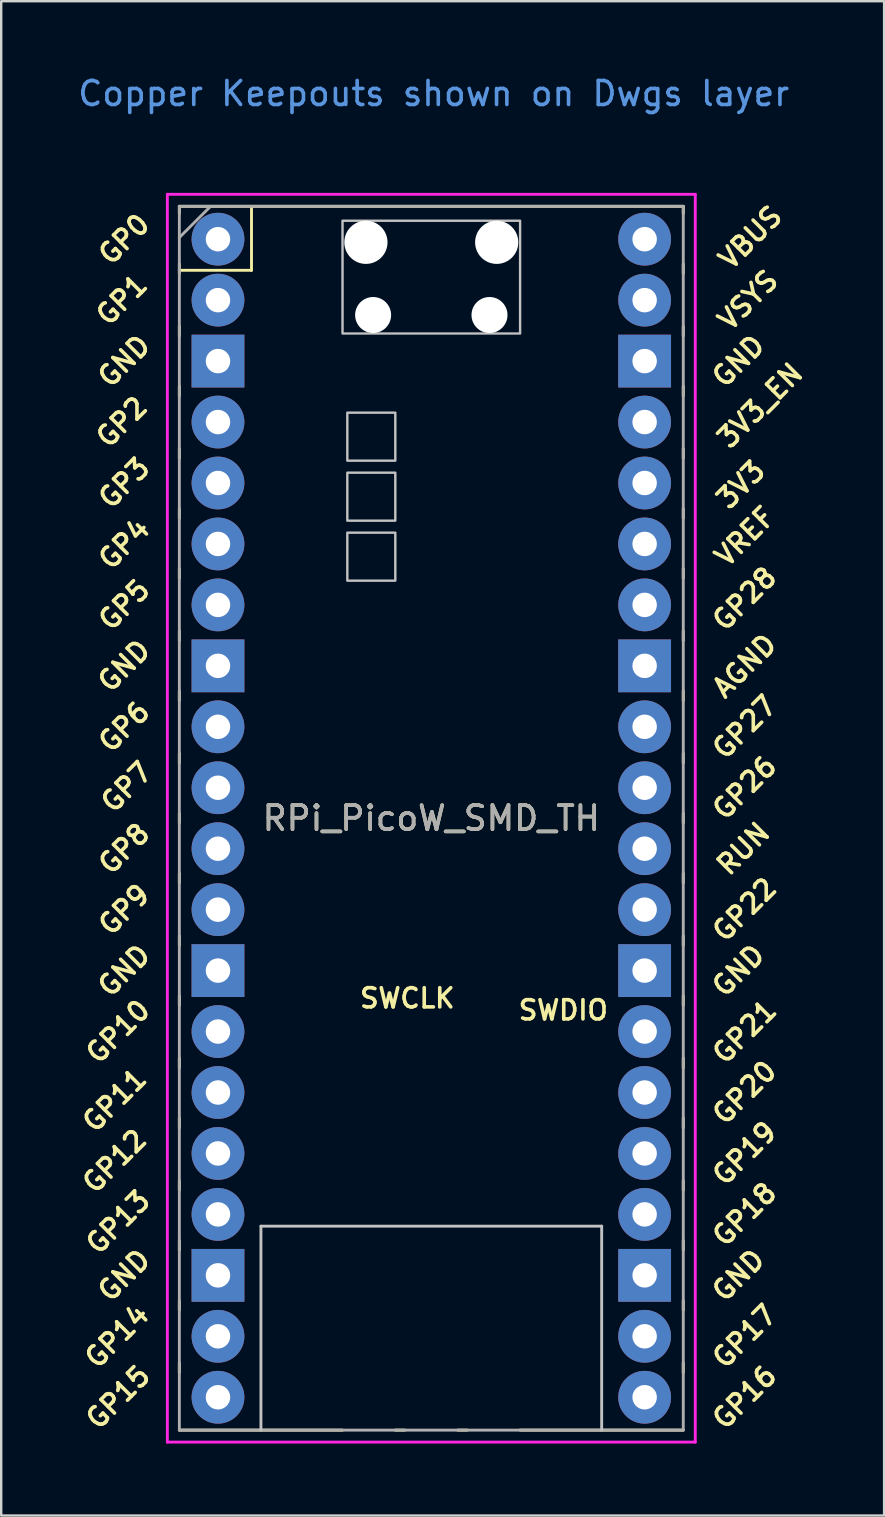
<source format=kicad_pcb>
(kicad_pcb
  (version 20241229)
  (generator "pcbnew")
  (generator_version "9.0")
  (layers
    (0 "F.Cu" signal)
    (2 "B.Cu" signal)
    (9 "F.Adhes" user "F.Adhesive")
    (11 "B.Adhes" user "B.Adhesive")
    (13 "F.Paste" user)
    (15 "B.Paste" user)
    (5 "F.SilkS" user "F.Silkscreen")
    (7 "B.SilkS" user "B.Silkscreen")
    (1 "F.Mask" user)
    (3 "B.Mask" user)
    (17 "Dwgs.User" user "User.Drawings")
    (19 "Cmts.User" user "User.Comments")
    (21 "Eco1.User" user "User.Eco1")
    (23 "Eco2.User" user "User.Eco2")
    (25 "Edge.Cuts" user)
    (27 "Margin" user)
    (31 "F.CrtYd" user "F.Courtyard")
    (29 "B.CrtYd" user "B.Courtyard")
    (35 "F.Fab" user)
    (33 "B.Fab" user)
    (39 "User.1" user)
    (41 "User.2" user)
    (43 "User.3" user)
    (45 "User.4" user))
  (footprint "RPi_PicoW_SMD_TH"
    (layer "F.Cu")
    (at 14.924 31.048)
    (property "Reference" "RPi_PicoW_SMD_TH" (at 0 0 0) (layer "F.SilkS") (effects (font (size 1 1) (thickness 0.15))))
    (attr through_hole)
    (fp_line (start -10.5 -25.5) (end -10.5 -25.2) (stroke (width 0.12) (type solid)) (layer "F.SilkS"))
    (fp_line (start -10.5 -25.5) (end 10.5 -25.5) (stroke (width 0.12) (type solid)) (layer "F.SilkS"))
    (fp_line (start -10.5 -23.1) (end -10.5 -22.7) (stroke (width 0.12) (type solid)) (layer "F.SilkS"))
    (fp_line (start -10.5 -22.833) (end -7.493 -22.833) (stroke (width 0.12) (type solid)) (layer "F.SilkS"))
    (fp_line (start -10.5 -20.5) (end -10.5 -20.1) (stroke (width 0.12) (type solid)) (layer "F.SilkS"))
    (fp_line (start -10.5 -18) (end -10.5 -17.6) (stroke (width 0.12) (type solid)) (layer "F.SilkS"))
    (fp_line (start -10.5 -15.4) (end -10.5 -15) (stroke (width 0.12) (type solid)) (layer "F.SilkS"))
    (fp_line (start -10.5 -12.9) (end -10.5 -12.5) (stroke (width 0.12) (type solid)) (layer "F.SilkS"))
    (fp_line (start -10.5 -10.4) (end -10.5 -10) (stroke (width 0.12) (type solid)) (layer "F.SilkS"))
    (fp_line (start -10.5 -7.8) (end -10.5 -7.4) (stroke (width 0.12) (type solid)) (layer "F.SilkS"))
    (fp_line (start -10.5 -5.3) (end -10.5 -4.9) (stroke (width 0.12) (type solid)) (layer "F.SilkS"))
    (fp_line (start -10.5 -2.7) (end -10.5 -2.3) (stroke (width 0.12) (type solid)) (layer "F.SilkS"))
    (fp_line (start -10.5 -0.2) (end -10.5 0.2) (stroke (width 0.12) (type solid)) (layer "F.SilkS"))
    (fp_line (start -10.5 2.3) (end -10.5 2.7) (stroke (width 0.12) (type solid)) (layer "F.SilkS"))
    (fp_line (start -10.5 4.9) (end -10.5 5.3) (stroke (width 0.12) (type solid)) (layer "F.SilkS"))
    (fp_line (start -10.5 7.4) (end -10.5 7.8) (stroke (width 0.12) (type solid)) (layer "F.SilkS"))
    (fp_line (start -10.5 10) (end -10.5 10.4) (stroke (width 0.12) (type solid)) (layer "F.SilkS"))
    (fp_line (start -10.5 12.5) (end -10.5 12.9) (stroke (width 0.12) (type solid)) (layer "F.SilkS"))
    (fp_line (start -10.5 15.1) (end -10.5 15.5) (stroke (width 0.12) (type solid)) (layer "F.SilkS"))
    (fp_line (start -10.5 17.6) (end -10.5 18) (stroke (width 0.12) (type solid)) (layer "F.SilkS"))
    (fp_line (start -10.5 20.1) (end -10.5 20.5) (stroke (width 0.12) (type solid)) (layer "F.SilkS"))
    (fp_line (start -10.5 22.7) (end -10.5 23.1) (stroke (width 0.12) (type solid)) (layer "F.SilkS"))
    (fp_line (start -7.493 -22.833) (end -7.493 -25.5) (stroke (width 0.12) (type solid)) (layer "F.SilkS"))
    (fp_line (start -3.7 25.5) (end -10.5 25.5) (stroke (width 0.12) (type solid)) (layer "F.SilkS"))
    (fp_line (start -1.5 25.5) (end -1.1 25.5) (stroke (width 0.12) (type solid)) (layer "F.SilkS"))
    (fp_line (start 1.1 25.5) (end 1.5 25.5) (stroke (width 0.12) (type solid)) (layer "F.SilkS"))
    (fp_line (start 10.5 -25.5) (end 10.5 -25.2) (stroke (width 0.12) (type solid)) (layer "F.SilkS"))
    (fp_line (start 10.5 -23.1) (end 10.5 -22.7) (stroke (width 0.12) (type solid)) (layer "F.SilkS"))
    (fp_line (start 10.5 -20.5) (end 10.5 -20.1) (stroke (width 0.12) (type solid)) (layer "F.SilkS"))
    (fp_line (start 10.5 -18) (end 10.5 -17.6) (stroke (width 0.12) (type solid)) (layer "F.SilkS"))
    (fp_line (start 10.5 -15.4) (end 10.5 -15) (stroke (width 0.12) (type solid)) (layer "F.SilkS"))
    (fp_line (start 10.5 -12.9) (end 10.5 -12.5) (stroke (width 0.12) (type solid)) (layer "F.SilkS"))
    (fp_line (start 10.5 -10.4) (end 10.5 -10) (stroke (width 0.12) (type solid)) (layer "F.SilkS"))
    (fp_line (start 10.5 -7.8) (end 10.5 -7.4) (stroke (width 0.12) (type solid)) (layer "F.SilkS"))
    (fp_line (start 10.5 -5.3) (end 10.5 -4.9) (stroke (width 0.12) (type solid)) (layer "F.SilkS"))
    (fp_line (start 10.5 -2.7) (end 10.5 -2.3) (stroke (width 0.12) (type solid)) (layer "F.SilkS"))
    (fp_line (start 10.5 -0.2) (end 10.5 0.2) (stroke (width 0.12) (type solid)) (layer "F.SilkS"))
    (fp_line (start 10.5 2.3) (end 10.5 2.7) (stroke (width 0.12) (type solid)) (layer "F.SilkS"))
    (fp_line (start 10.5 4.9) (end 10.5 5.3) (stroke (width 0.12) (type solid)) (layer "F.SilkS"))
    (fp_line (start 10.5 7.4) (end 10.5 7.8) (stroke (width 0.12) (type solid)) (layer "F.SilkS"))
    (fp_line (start 10.5 10) (end 10.5 10.4) (stroke (width 0.12) (type solid)) (layer "F.SilkS"))
    (fp_line (start 10.5 12.5) (end 10.5 12.9) (stroke (width 0.12) (type solid)) (layer "F.SilkS"))
    (fp_line (start 10.5 15.1) (end 10.5 15.5) (stroke (width 0.12) (type solid)) (layer "F.SilkS"))
    (fp_line (start 10.5 17.6) (end 10.5 18) (stroke (width 0.12) (type solid)) (layer "F.SilkS"))
    (fp_line (start 10.5 20.1) (end 10.5 20.5) (stroke (width 0.12) (type solid)) (layer "F.SilkS"))
    (fp_line (start 10.5 22.7) (end 10.5 23.1) (stroke (width 0.12) (type solid)) (layer "F.SilkS"))
    (fp_line (start 10.5 25.5) (end 3.7 25.5) (stroke (width 0.12) (type solid)) (layer "F.SilkS"))
    (fp_line (start -7.1 17) (end 7.1 17) (stroke (width 0.12) (type solid)) (layer "Dwgs.User"))
    (fp_line (start -7.1 25.5) (end -7.1 17) (stroke (width 0.12) (type solid)) (layer "Dwgs.User"))
    (fp_line (start 7.1 17) (end 7.1 25.5) (stroke (width 0.12) (type solid)) (layer "Dwgs.User"))
    (fp_poly (pts (xy -1.5 -14.9) (xy -3.5 -14.9) (xy -3.5 -16.9) (xy -1.5 -16.9)) (stroke (width 0.1) (type solid)) (fill no) (layer "Dwgs.User"))
    (fp_poly (pts (xy -1.5 -12.4) (xy -3.5 -12.4) (xy -3.5 -14.4) (xy -1.5 -14.4)) (stroke (width 0.1) (type solid)) (fill no) (layer "Dwgs.User"))
    (fp_poly (pts (xy -1.5 -9.9) (xy -3.5 -9.9) (xy -3.5 -11.9) (xy -1.5 -11.9)) (stroke (width 0.1) (type solid)) (fill no) (layer "Dwgs.User"))
    (fp_poly (pts (xy 3.7 -20.2) (xy -3.7 -20.2) (xy -3.7 -24.9) (xy 3.7 -24.9)) (stroke (width 0.1) (type solid)) (fill no) (layer "Dwgs.User"))
    (fp_line (start -11 -26) (end 11 -26) (stroke (width 0.12) (type solid)) (layer "F.CrtYd"))
    (fp_line (start -11 26) (end -11 -26) (stroke (width 0.12) (type solid)) (layer "F.CrtYd"))
    (fp_line (start 11 -26) (end 11 26) (stroke (width 0.12) (type solid)) (layer "F.CrtYd"))
    (fp_line (start 11 26) (end -11 26) (stroke (width 0.12) (type solid)) (layer "F.CrtYd"))
    (fp_line (start -10.5 -25.5) (end 10.5 -25.5) (stroke (width 0.12) (type solid)) (layer "F.Fab"))
    (fp_line (start -10.5 -24.2) (end -9.2 -25.5) (stroke (width 0.12) (type solid)) (layer "F.Fab"))
    (fp_line (start -10.5 25.5) (end -10.5 -25.5) (stroke (width 0.12) (type solid)) (layer "F.Fab"))
    (fp_line (start 10.5 -25.5) (end 10.5 25.5) (stroke (width 0.12) (type solid)) (layer "F.Fab"))
    (fp_line (start 10.5 25.5) (end -10.5 25.5) (stroke (width 0.12) (type solid)) (layer "F.Fab"))
    (fp_text user "GP1" (at -12.9 -21.6 45) (layer "F.SilkS") (effects (font (size 0.8 0.8) (thickness 0.15))))
    (fp_text user "GP4" (at -12.8 -11.43 45) (layer "F.SilkS") (effects (font (size 0.8 0.8) (thickness 0.15))))
    (fp_text user "GP22" (at 13.054 3.81 45) (layer "F.SilkS") (effects (font (size 0.8 0.8) (thickness 0.15))))
    (fp_text user "GP5" (at -12.8 -8.89 45) (layer "F.SilkS") (effects (font (size 0.8 0.8) (thickness 0.15))))
    (fp_text user "GP27" (at 13.054 -3.8 45) (layer "F.SilkS") (effects (font (size 0.8 0.8) (thickness 0.15))))
    (fp_text user "GND" (at -12.8 6.35 45) (layer "F.SilkS") (effects (font (size 0.8 0.8) (thickness 0.15))))
    (fp_text user "GND" (at -12.8 -6.35 45) (layer "F.SilkS") (effects (font (size 0.8 0.8) (thickness 0.15))))
    (fp_text user "GP19" (at 13.054 13.97 45) (layer "F.SilkS") (effects (font (size 0.8 0.8) (thickness 0.15))))
    (fp_text user "GP15" (at -13.054 24.13 45) (layer "F.SilkS") (effects (font (size 0.8 0.8) (thickness 0.15))))
    (fp_text user "GP9" (at -12.8 3.81 45) (layer "F.SilkS") (effects (font (size 0.8 0.8) (thickness 0.15))))
    (fp_text user "VSYS" (at 13.2 -21.59 45) (layer "F.SilkS") (effects (font (size 0.8 0.8) (thickness 0.15))))
    (fp_text user "SWDIO" (at 5.5 8 0) (layer "F.SilkS") (effects (font (size 0.8 0.8) (thickness 0.15))))
    (fp_text user "GP28" (at 13.054 -9.144 45) (layer "F.SilkS") (effects (font (size 0.8 0.8) (thickness 0.15))))
    (fp_text user "VBUS" (at 13.3 -24.2 45) (layer "F.SilkS") (effects (font (size 0.8 0.8) (thickness 0.15))))
    (fp_text user "GND" (at 12.8 19.05 45) (layer "F.SilkS") (effects (font (size 0.8 0.8) (thickness 0.15))))
    (fp_text user "GP12" (at -13.2 14.293 45) (layer "F.SilkS") (effects (font (size 0.8 0.8) (thickness 0.15))))
    (fp_text user "GP18" (at 13.054 16.51 45) (layer "F.SilkS") (effects (font (size 0.8 0.8) (thickness 0.15))))
    (fp_text user "GP7" (at -12.7 -1.3 45) (layer "F.SilkS") (effects (font (size 0.8 0.8) (thickness 0.15))))
    (fp_text user "GP2" (at -12.9 -16.51 45) (layer "F.SilkS") (effects (font (size 0.8 0.8) (thickness 0.15))))
    (fp_text user "RUN" (at 13 1.27 45) (layer "F.SilkS") (effects (font (size 0.8 0.8) (thickness 0.15))))
    (fp_text user "GND" (at 12.8 6.35 45) (layer "F.SilkS") (effects (font (size 0.8 0.8) (thickness 0.15))))
    (fp_text user "GP6" (at -12.8 -3.81 45) (layer "F.SilkS") (effects (font (size 0.8 0.8) (thickness 0.15))))
    (fp_text user "GP13" (at -13.054 16.832 45) (layer "F.SilkS") (effects (font (size 0.8 0.8) (thickness 0.15))))
    (fp_text user "SWCLK" (at -1 7.5 0) (layer "F.SilkS") (effects (font (size 0.8 0.8) (thickness 0.15))))
    (fp_text user "GP11" (at -13.2 11.752 45) (layer "F.SilkS") (effects (font (size 0.8 0.8) (thickness 0.15))))
    (fp_text user "GP17" (at 13.054 21.59 45) (layer "F.SilkS") (effects (font (size 0.8 0.8) (thickness 0.15))))
    (fp_text user "GND" (at -12.8 -19.05 45) (layer "F.SilkS") (effects (font (size 0.8 0.8) (thickness 0.15))))
    (fp_text user "GND" (at -12.8 19.05 45) (layer "F.SilkS") (effects (font (size 0.8 0.8) (thickness 0.15))))
    (fp_text user "GP21" (at 13.054 8.9 45) (layer "F.SilkS") (effects (font (size 0.8 0.8) (thickness 0.15))))
    (fp_text user "VREF" (at 13.068 -11.742 45) (layer "F.SilkS") (effects (font (size 0.8 0.8) (thickness 0.15))))
    (fp_text user "GP26" (at 13.054 -1.27 45) (layer "F.SilkS") (effects (font (size 0.8 0.8) (thickness 0.15))))
    (fp_text user "GND" (at 12.8 -19.05 45) (layer "F.SilkS") (effects (font (size 0.8 0.8) (thickness 0.15))))
    (fp_text user "AGND" (at 13.054 -6.35 45) (layer "F.SilkS") (effects (font (size 0.8 0.8) (thickness 0.15))))
    (fp_text user "GP20" (at 13.054 11.43 45) (layer "F.SilkS") (effects (font (size 0.8 0.8) (thickness 0.15))))
    (fp_text user "3V3" (at 12.9 -13.9 45) (layer "F.SilkS") (effects (font (size 0.8 0.8) (thickness 0.15))))
    (fp_text user "GP16" (at 13.054 24.13 45) (layer "F.SilkS") (effects (font (size 0.8 0.8) (thickness 0.15))))
    (fp_text user "GP8" (at -12.8 1.27 45) (layer "F.SilkS") (effects (font (size 0.8 0.8) (thickness 0.15))))
    (fp_text user "GP10" (at -13.054 8.89 45) (layer "F.SilkS") (effects (font (size 0.8 0.8) (thickness 0.15))))
    (fp_text user "GP14" (at -13.1 21.59 45) (layer "F.SilkS") (effects (font (size 0.8 0.8) (thickness 0.15))))
    (fp_text user "3V3_EN" (at 13.7 -17.2 45) (layer "F.SilkS") (effects (font (size 0.8 0.8) (thickness 0.15))))
    (fp_text user "GP0" (at -12.8 -24.13 45) (layer "F.SilkS") (effects (font (size 0.8 0.8) (thickness 0.15))))
    (fp_text user "GP3" (at -12.8 -13.97 45) (layer "F.SilkS") (effects (font (size 0.8 0.8) (thickness 0.15))))
    (fp_text user "Copper Keepouts shown on Dwgs layer" (at 0.1 -30.2 0) (layer "Cmts.User") (effects (font (size 1 1) (thickness 0.15))))
    (fp_text user "${REFERENCE}" (at 0 0 180) (layer "F.Fab") (effects (font (size 1 1) (thickness 0.15))))
    (pad "" np_thru_hole oval (at -2.725 -24) (size 1.8 1.8) (drill 1.8) (layers "*.Cu" "*.Mask"))
    (pad "" np_thru_hole oval (at -2.425 -20.97) (size 1.5 1.5) (drill 1.5) (layers "*.Cu" "*.Mask"))
    (pad "" np_thru_hole oval (at 2.425 -20.97) (size 1.5 1.5) (drill 1.5) (layers "*.Cu" "*.Mask"))
    (pad "" np_thru_hole oval (at 2.725 -24) (size 1.8 1.8) (drill 1.8) (layers "*.Cu" "*.Mask"))
    (pad "1" thru_hole circle (at -8.89 -24.13) (size 2.2 2.2) (drill 1.02) (layers "*.Cu" "*.Mask"))
    (pad "2" thru_hole circle (at -8.89 -21.59) (size 2.2 2.2) (drill 1.02) (layers "*.Cu" "*.Mask"))
    (pad "3" thru_hole rect (at -8.89 -19.05) (size 2.2 2.2) (drill 1.02) (layers "*.Cu" "*.Mask"))
    (pad "4" thru_hole circle (at -8.89 -16.51) (size 2.2 2.2) (drill 1.02) (layers "*.Cu" "*.Mask"))
    (pad "5" thru_hole circle (at -8.89 -13.97) (size 2.2 2.2) (drill 1.02) (layers "*.Cu" "*.Mask"))
    (pad "6" thru_hole circle (at -8.89 -11.43) (size 2.2 2.2) (drill 1.02) (layers "*.Cu" "*.Mask"))
    (pad "7" thru_hole circle (at -8.89 -8.89) (size 2.2 2.2) (drill 1.02) (layers "*.Cu" "*.Mask"))
    (pad "8" thru_hole rect (at -8.89 -6.35) (size 2.2 2.2) (drill 1.02) (layers "*.Cu" "*.Mask"))
    (pad "9" thru_hole circle (at -8.89 -3.81) (size 2.2 2.2) (drill 1.02) (layers "*.Cu" "*.Mask"))
    (pad "10" thru_hole circle (at -8.89 -1.27) (size 2.2 2.2) (drill 1.02) (layers "*.Cu" "*.Mask"))
    (pad "11" thru_hole circle (at -8.89 1.27) (size 2.2 2.2) (drill 1.02) (layers "*.Cu" "*.Mask"))
    (pad "12" thru_hole circle (at -8.89 3.81) (size 2.2 2.2) (drill 1.02) (layers "*.Cu" "*.Mask"))
    (pad "13" thru_hole rect (at -8.89 6.35) (size 2.2 2.2) (drill 1.02) (layers "*.Cu" "*.Mask"))
    (pad "14" thru_hole circle (at -8.89 8.89) (size 2.2 2.2) (drill 1.02) (layers "*.Cu" "*.Mask"))
    (pad "15" thru_hole circle (at -8.89 11.43) (size 2.2 2.2) (drill 1.02) (layers "*.Cu" "*.Mask"))
    (pad "16" thru_hole circle (at -8.89 13.97) (size 2.2 2.2) (drill 1.02) (layers "*.Cu" "*.Mask"))
    (pad "17" thru_hole circle (at -8.89 16.51) (size 2.2 2.2) (drill 1.02) (layers "*.Cu" "*.Mask"))
    (pad "18" thru_hole rect (at -8.89 19.05) (size 2.2 2.2) (drill 1.02) (layers "*.Cu" "*.Mask"))
    (pad "19" thru_hole circle (at -8.89 21.59) (size 2.2 2.2) (drill 1.02) (layers "*.Cu" "*.Mask"))
    (pad "20" thru_hole circle (at -8.89 24.13) (size 2.2 2.2) (drill 1.02) (layers "*.Cu" "*.Mask"))
    (pad "21" thru_hole circle (at 8.89 24.13) (size 2.2 2.2) (drill 1.02) (layers "*.Cu" "*.Mask"))
    (pad "22" thru_hole circle (at 8.89 21.59) (size 2.2 2.2) (drill 1.02) (layers "*.Cu" "*.Mask"))
    (pad "23" thru_hole rect (at 8.89 19.05) (size 2.2 2.2) (drill 1.02) (layers "*.Cu" "*.Mask"))
    (pad "24" thru_hole circle (at 8.89 16.51) (size 2.2 2.2) (drill 1.02) (layers "*.Cu" "*.Mask"))
    (pad "25" thru_hole circle (at 8.89 13.97) (size 2.2 2.2) (drill 1.02) (layers "*.Cu" "*.Mask"))
    (pad "26" thru_hole circle (at 8.89 11.43) (size 2.2 2.2) (drill 1.02) (layers "*.Cu" "*.Mask"))
    (pad "27" thru_hole circle (at 8.89 8.89) (size 2.2 2.2) (drill 1.02) (layers "*.Cu" "*.Mask"))
    (pad "28" thru_hole rect (at 8.89 6.35) (size 2.2 2.2) (drill 1.02) (layers "*.Cu" "*.Mask"))
    (pad "29" thru_hole circle (at 8.89 3.81) (size 2.2 2.2) (drill 1.02) (layers "*.Cu" "*.Mask"))
    (pad "30" thru_hole circle (at 8.89 1.27) (size 2.2 2.2) (drill 1.02) (layers "*.Cu" "*.Mask"))
    (pad "31" thru_hole circle (at 8.89 -1.27) (size 2.2 2.2) (drill 1.02) (layers "*.Cu" "*.Mask"))
    (pad "32" thru_hole circle (at 8.89 -3.81) (size 2.2 2.2) (drill 1.02) (layers "*.Cu" "*.Mask"))
    (pad "33" thru_hole rect (at 8.89 -6.35) (size 2.2 2.2) (drill 1.02) (layers "*.Cu" "*.Mask"))
    (pad "34" thru_hole circle (at 8.89 -8.89) (size 2.2 2.2) (drill 1.02) (layers "*.Cu" "*.Mask"))
    (pad "35" thru_hole circle (at 8.89 -11.43) (size 2.2 2.2) (drill 1.02) (layers "*.Cu" "*.Mask"))
    (pad "36" thru_hole circle (at 8.89 -13.97) (size 2.2 2.2) (drill 1.02) (layers "*.Cu" "*.Mask"))
    (pad "37" thru_hole circle (at 8.89 -16.51) (size 2.2 2.2) (drill 1.02) (layers "*.Cu" "*.Mask"))
    (pad "38" thru_hole rect (at 8.89 -19.05) (size 2.2 2.2) (drill 1.02) (layers "*.Cu" "*.Mask"))
    (pad "39" thru_hole circle (at 8.89 -21.59) (size 2.2 2.2) (drill 1.02) (layers "*.Cu" "*.Mask"))
    (pad "40" thru_hole circle (at 8.89 -24.13) (size 2.2 2.2) (drill 1.02) (layers "*.Cu" "*.Mask")))
  (gr_rect
    (start -3 -3)
    (end 33.793 60.108)
    (stroke (width 0.1) (type default))
    (fill no)
    (layer "Edge.Cuts")))
</source>
